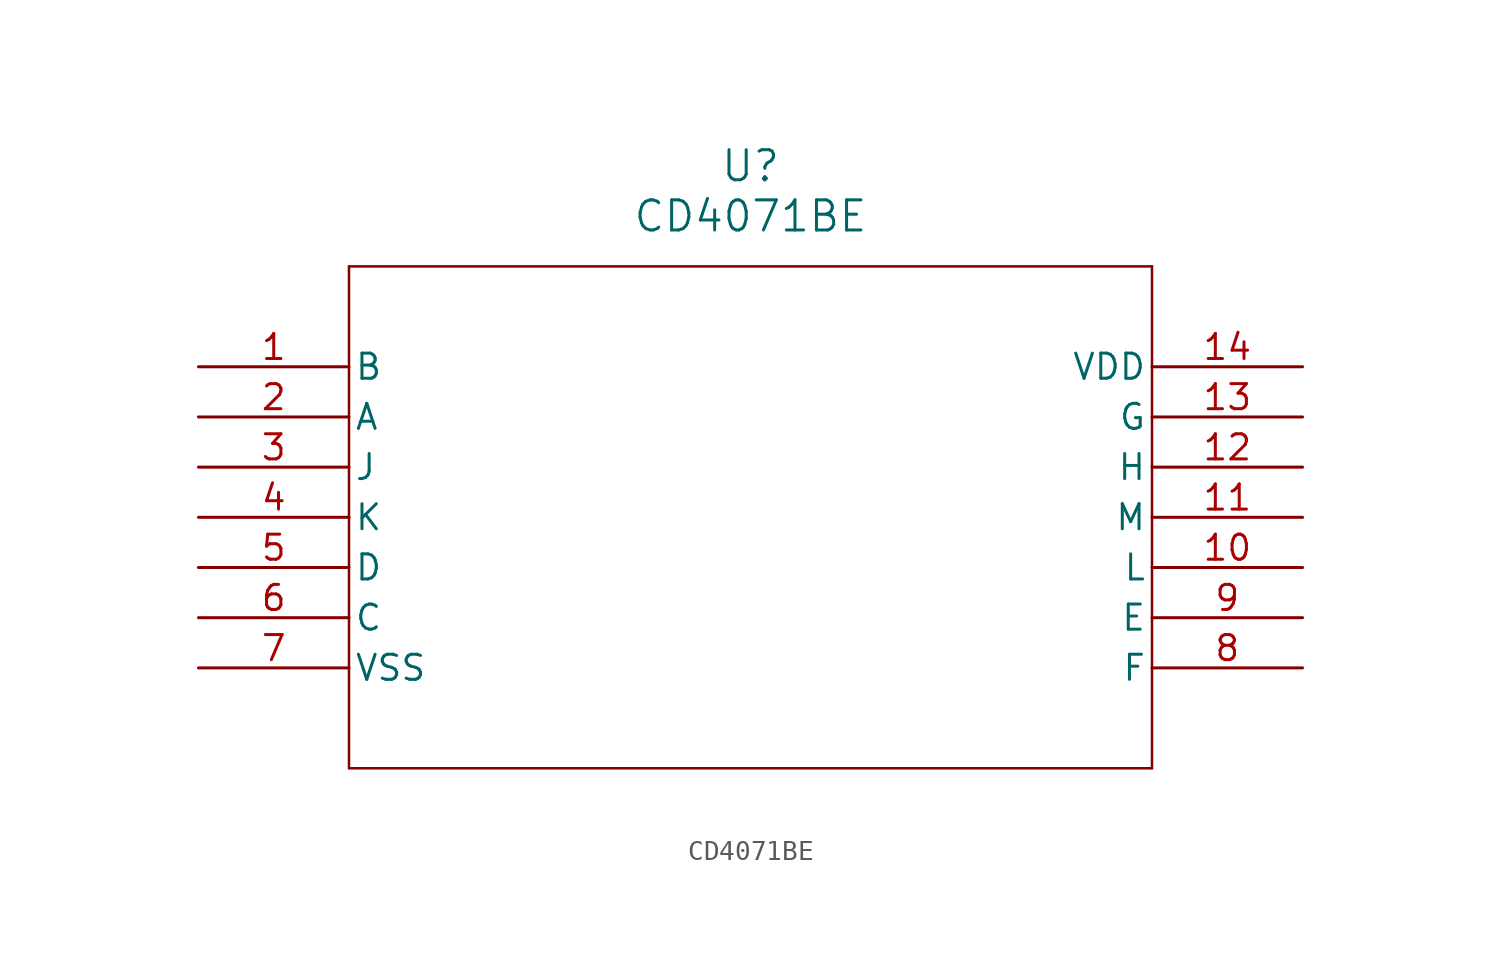
<source format=kicad_sym>
(kicad_symbol_lib
  (version 20211014)
  (generator kicad_symbol_editor)
  (symbol "CD4071BE"
    (pin_names
      (offset 0.254))
    (property "Reference" "U"
      (at 27.94 10.16 0)
      (effects (font (size 1.524 1.524))))
    (property "Value" "CD4071BE"
      (at 27.94 7.62 0)
      (effects (font (size 1.524 1.524))))
    (symbol "CD4071BE_0_1"
      (polyline (pts (xy 7.62 5.08) (xy 7.62 -20.32)) (stroke (width 0.127) (type default) (color 0 0 0 0)) (fill (type none)))
      (polyline (pts (xy 7.62 -20.32) (xy 48.26 -20.32)) (stroke (width 0.127) (type default) (color 0 0 0 0)) (fill (type none)))
      (polyline (pts (xy 48.26 -20.32) (xy 48.26 5.08)) (stroke (width 0.127) (type default) (color 0 0 0 0)) (fill (type none)))
      (polyline (pts (xy 48.26 5.08) (xy 7.62 5.08)) (stroke (width 0.127) (type default) (color 0 0 0 0)) (fill (type none)))
      (pin unspecified line (at 0 0 0) (length 7.62) (name "B" (effects (font (size 1.27 1.27)))) (number "1" (effects (font (size 1.27 1.27)))))
      (pin unspecified line (at 0 -2.54 0) (length 7.62) (name "A" (effects (font (size 1.27 1.27)))) (number "2" (effects (font (size 1.27 1.27)))))
      (pin unspecified line (at 0 -5.08 0) (length 7.62) (name "J" (effects (font (size 1.27 1.27)))) (number "3" (effects (font (size 1.27 1.27)))))
      (pin unspecified line (at 0 -7.62 0) (length 7.62) (name "K" (effects (font (size 1.27 1.27)))) (number "4" (effects (font (size 1.27 1.27)))))
      (pin unspecified line (at 0 -10.16 0) (length 7.62) (name "D" (effects (font (size 1.27 1.27)))) (number "5" (effects (font (size 1.27 1.27)))))
      (pin unspecified line (at 0 -12.7 0) (length 7.62) (name "C" (effects (font (size 1.27 1.27)))) (number "6" (effects (font (size 1.27 1.27)))))
      (pin power_in line (at 0 -15.24 0) (length 7.62) (name "VSS" (effects (font (size 1.27 1.27)))) (number "7" (effects (font (size 1.27 1.27)))))
      (pin unspecified line (at 55.88 -15.24 180) (length 7.62) (name "F" (effects (font (size 1.27 1.27)))) (number "8" (effects (font (size 1.27 1.27)))))
      (pin unspecified line (at 55.88 -12.7 180) (length 7.62) (name "E" (effects (font (size 1.27 1.27)))) (number "9" (effects (font (size 1.27 1.27)))))
      (pin unspecified line (at 55.88 -10.16 180) (length 7.62) (name "L" (effects (font (size 1.27 1.27)))) (number "10" (effects (font (size 1.27 1.27)))))
      (pin unspecified line (at 55.88 -7.62 180) (length 7.62) (name "M" (effects (font (size 1.27 1.27)))) (number "11" (effects (font (size 1.27 1.27)))))
      (pin unspecified line (at 55.88 -5.08 180) (length 7.62) (name "H" (effects (font (size 1.27 1.27)))) (number "12" (effects (font (size 1.27 1.27)))))
      (pin unspecified line (at 55.88 -2.54 180) (length 7.62) (name "G" (effects (font (size 1.27 1.27)))) (number "13" (effects (font (size 1.27 1.27)))))
      (pin power_in line (at 55.88 0 180) (length 7.62) (name "VDD" (effects (font (size 1.27 1.27)))) (number "14" (effects (font (size 1.27 1.27))))))))
</source>
